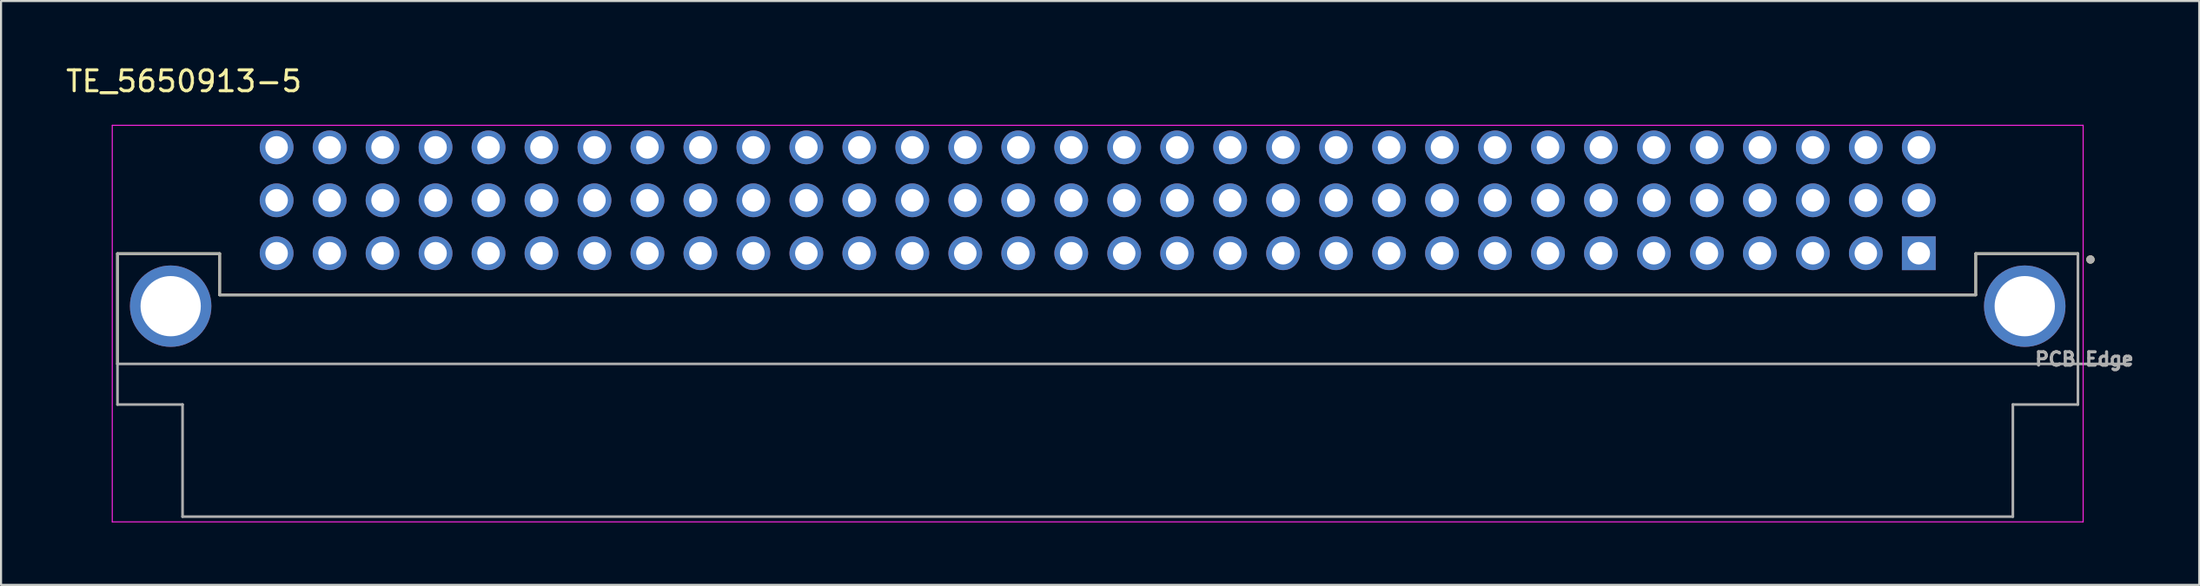
<source format=kicad_pcb>
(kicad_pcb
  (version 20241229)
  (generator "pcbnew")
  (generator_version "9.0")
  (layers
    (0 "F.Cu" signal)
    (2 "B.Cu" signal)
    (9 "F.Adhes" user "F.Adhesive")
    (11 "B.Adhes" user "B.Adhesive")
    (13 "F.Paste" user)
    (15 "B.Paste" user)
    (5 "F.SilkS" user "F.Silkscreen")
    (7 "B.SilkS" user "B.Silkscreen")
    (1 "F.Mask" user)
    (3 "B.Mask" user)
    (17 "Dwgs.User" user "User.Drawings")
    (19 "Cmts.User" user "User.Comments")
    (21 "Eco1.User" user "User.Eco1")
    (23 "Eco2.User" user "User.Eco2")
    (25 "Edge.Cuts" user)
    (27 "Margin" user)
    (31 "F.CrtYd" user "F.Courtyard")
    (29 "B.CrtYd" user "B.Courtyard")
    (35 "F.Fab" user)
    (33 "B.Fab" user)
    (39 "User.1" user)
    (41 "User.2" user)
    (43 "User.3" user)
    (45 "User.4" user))
  (footprint "TE_5650913-5"
    (layer "F.Cu")
    (at 49.583 11.643)
    (property "Reference" "TE_5650913-5" (at -43.815 -10.795 0) (layer "F.SilkS") (effects (font (size 1 1) (thickness 0.15))))
    (attr through_hole)
    (fp_line (start -47 -2.52) (end -42.1 -2.52) (stroke (width 0.127) (type solid)) (layer "F.SilkS"))
    (fp_line (start -47 2.77) (end -47 -2.52) (stroke (width 0.127) (type solid)) (layer "F.SilkS"))
    (fp_line (start -42.1 -2.52) (end -42.1 -0.54) (stroke (width 0.127) (type solid)) (layer "F.SilkS"))
    (fp_line (start -42.1 -0.54) (end 42.1 -0.54) (stroke (width 0.127) (type solid)) (layer "F.SilkS"))
    (fp_line (start 42.1 -2.52) (end 47 -2.52) (stroke (width 0.127) (type solid)) (layer "F.SilkS"))
    (fp_line (start 42.1 -0.54) (end 42.1 -2.52) (stroke (width 0.127) (type solid)) (layer "F.SilkS"))
    (fp_line (start 47 -2.52) (end 47 2.77) (stroke (width 0.127) (type solid)) (layer "F.SilkS"))
    (fp_circle (center 47.6 -2.24) (end 47.7 -2.24) (stroke (width 0.2) (type solid)) (fill no) (layer "F.SilkS"))
    (fp_line (start -47.25 -8.68) (end 47.25 -8.68) (stroke (width 0.05) (type solid)) (layer "F.CrtYd"))
    (fp_line (start -47.25 10.35) (end -47.25 -8.68) (stroke (width 0.05) (type solid)) (layer "F.CrtYd"))
    (fp_line (start 47.25 -8.68) (end 47.25 10.35) (stroke (width 0.05) (type solid)) (layer "F.CrtYd"))
    (fp_line (start 47.25 10.35) (end -47.25 10.35) (stroke (width 0.05) (type solid)) (layer "F.CrtYd"))
    (fp_line (start -47 -2.52) (end -42.1 -2.52) (stroke (width 0.127) (type solid)) (layer "F.Fab"))
    (fp_line (start -47 2.77) (end -47 -2.52) (stroke (width 0.127) (type solid)) (layer "F.Fab"))
    (fp_line (start -47 2.77) (end 49.53 2.77) (stroke (width 0.127) (type solid)) (layer "F.Fab"))
    (fp_line (start -47 4.72) (end -47 2.77) (stroke (width 0.127) (type solid)) (layer "F.Fab"))
    (fp_line (start -43.88 4.72) (end -47 4.72) (stroke (width 0.127) (type solid)) (layer "F.Fab"))
    (fp_line (start -43.88 10.1) (end -43.88 4.72) (stroke (width 0.127) (type solid)) (layer "F.Fab"))
    (fp_line (start -43.88 10.1) (end 43.88 10.1) (stroke (width 0.127) (type solid)) (layer "F.Fab"))
    (fp_line (start -42.1 -2.52) (end -42.1 -0.54) (stroke (width 0.127) (type solid)) (layer "F.Fab"))
    (fp_line (start -42.1 -0.54) (end 42.1 -0.54) (stroke (width 0.127) (type solid)) (layer "F.Fab"))
    (fp_line (start 42.1 -2.52) (end 47 -2.52) (stroke (width 0.127) (type solid)) (layer "F.Fab"))
    (fp_line (start 42.1 -0.54) (end 42.1 -2.52) (stroke (width 0.127) (type solid)) (layer "F.Fab"))
    (fp_line (start 43.88 4.72) (end 43.88 10.1) (stroke (width 0.127) (type solid)) (layer "F.Fab"))
    (fp_line (start 47 -2.52) (end 47 4.72) (stroke (width 0.127) (type solid)) (layer "F.Fab"))
    (fp_line (start 47 4.72) (end 43.88 4.72) (stroke (width 0.127) (type solid)) (layer "F.Fab"))
    (fp_circle (center 47.6 -2.24) (end 47.7 -2.24) (stroke (width 0.2) (type solid)) (fill no) (layer "F.Fab"))
    (fp_text user "PCB Edge" (at 47.307 2.54 0) (layer "F.Fab") (effects (font (size 0.64 0.64) (thickness 0.15))))
    (pad "A1" thru_hole rect (at 39.37 -2.54) (size 1.62 1.62) (drill 1.08) (layers "*.Cu" "*.Mask"))
    (pad "A2" thru_hole circle (at 36.83 -2.54) (size 1.62 1.62) (drill 1.08) (layers "*.Cu" "*.Mask"))
    (pad "A3" thru_hole circle (at 34.29 -2.54) (size 1.62 1.62) (drill 1.08) (layers "*.Cu" "*.Mask"))
    (pad "A4" thru_hole circle (at 31.75 -2.54) (size 1.62 1.62) (drill 1.08) (layers "*.Cu" "*.Mask"))
    (pad "A5" thru_hole circle (at 29.21 -2.54) (size 1.62 1.62) (drill 1.08) (layers "*.Cu" "*.Mask"))
    (pad "A6" thru_hole circle (at 26.67 -2.54) (size 1.62 1.62) (drill 1.08) (layers "*.Cu" "*.Mask"))
    (pad "A7" thru_hole circle (at 24.13 -2.54) (size 1.62 1.62) (drill 1.08) (layers "*.Cu" "*.Mask"))
    (pad "A8" thru_hole circle (at 21.59 -2.54) (size 1.62 1.62) (drill 1.08) (layers "*.Cu" "*.Mask"))
    (pad "A9" thru_hole circle (at 19.05 -2.54) (size 1.62 1.62) (drill 1.08) (layers "*.Cu" "*.Mask"))
    (pad "A10" thru_hole circle (at 16.51 -2.54) (size 1.62 1.62) (drill 1.08) (layers "*.Cu" "*.Mask"))
    (pad "A11" thru_hole circle (at 13.97 -2.54) (size 1.62 1.62) (drill 1.08) (layers "*.Cu" "*.Mask"))
    (pad "A12" thru_hole circle (at 11.43 -2.54) (size 1.62 1.62) (drill 1.08) (layers "*.Cu" "*.Mask"))
    (pad "A13" thru_hole circle (at 8.89 -2.54) (size 1.62 1.62) (drill 1.08) (layers "*.Cu" "*.Mask"))
    (pad "A14" thru_hole circle (at 6.35 -2.54) (size 1.62 1.62) (drill 1.08) (layers "*.Cu" "*.Mask"))
    (pad "A15" thru_hole circle (at 3.81 -2.54) (size 1.62 1.62) (drill 1.08) (layers "*.Cu" "*.Mask"))
    (pad "A16" thru_hole circle (at 1.27 -2.54) (size 1.62 1.62) (drill 1.08) (layers "*.Cu" "*.Mask"))
    (pad "A17" thru_hole circle (at -1.27 -2.54) (size 1.62 1.62) (drill 1.08) (layers "*.Cu" "*.Mask"))
    (pad "A18" thru_hole circle (at -3.81 -2.54) (size 1.62 1.62) (drill 1.08) (layers "*.Cu" "*.Mask"))
    (pad "A19" thru_hole circle (at -6.35 -2.54) (size 1.62 1.62) (drill 1.08) (layers "*.Cu" "*.Mask"))
    (pad "A20" thru_hole circle (at -8.89 -2.54) (size 1.62 1.62) (drill 1.08) (layers "*.Cu" "*.Mask"))
    (pad "A21" thru_hole circle (at -11.43 -2.54) (size 1.62 1.62) (drill 1.08) (layers "*.Cu" "*.Mask"))
    (pad "A22" thru_hole circle (at -13.97 -2.54) (size 1.62 1.62) (drill 1.08) (layers "*.Cu" "*.Mask"))
    (pad "A23" thru_hole circle (at -16.51 -2.54) (size 1.62 1.62) (drill 1.08) (layers "*.Cu" "*.Mask"))
    (pad "A24" thru_hole circle (at -19.05 -2.54) (size 1.62 1.62) (drill 1.08) (layers "*.Cu" "*.Mask"))
    (pad "A25" thru_hole circle (at -21.59 -2.54) (size 1.62 1.62) (drill 1.08) (layers "*.Cu" "*.Mask"))
    (pad "A26" thru_hole circle (at -24.13 -2.54) (size 1.62 1.62) (drill 1.08) (layers "*.Cu" "*.Mask"))
    (pad "A27" thru_hole circle (at -26.67 -2.54) (size 1.62 1.62) (drill 1.08) (layers "*.Cu" "*.Mask"))
    (pad "A28" thru_hole circle (at -29.21 -2.54) (size 1.62 1.62) (drill 1.08) (layers "*.Cu" "*.Mask"))
    (pad "A29" thru_hole circle (at -31.75 -2.54) (size 1.62 1.62) (drill 1.08) (layers "*.Cu" "*.Mask"))
    (pad "A30" thru_hole circle (at -34.29 -2.54) (size 1.62 1.62) (drill 1.08) (layers "*.Cu" "*.Mask"))
    (pad "A31" thru_hole circle (at -36.83 -2.54) (size 1.62 1.62) (drill 1.08) (layers "*.Cu" "*.Mask"))
    (pad "A32" thru_hole circle (at -39.37 -2.54) (size 1.62 1.62) (drill 1.08) (layers "*.Cu" "*.Mask"))
    (pad "B1" thru_hole circle (at 39.37 -5.08) (size 1.62 1.62) (drill 1.08) (layers "*.Cu" "*.Mask"))
    (pad "B2" thru_hole circle (at 36.83 -5.08) (size 1.62 1.62) (drill 1.08) (layers "*.Cu" "*.Mask"))
    (pad "B3" thru_hole circle (at 34.29 -5.08) (size 1.62 1.62) (drill 1.08) (layers "*.Cu" "*.Mask"))
    (pad "B4" thru_hole circle (at 31.75 -5.08) (size 1.62 1.62) (drill 1.08) (layers "*.Cu" "*.Mask"))
    (pad "B5" thru_hole circle (at 29.21 -5.08) (size 1.62 1.62) (drill 1.08) (layers "*.Cu" "*.Mask"))
    (pad "B6" thru_hole circle (at 26.67 -5.08) (size 1.62 1.62) (drill 1.08) (layers "*.Cu" "*.Mask"))
    (pad "B7" thru_hole circle (at 24.13 -5.08) (size 1.62 1.62) (drill 1.08) (layers "*.Cu" "*.Mask"))
    (pad "B8" thru_hole circle (at 21.59 -5.08) (size 1.62 1.62) (drill 1.08) (layers "*.Cu" "*.Mask"))
    (pad "B9" thru_hole circle (at 19.05 -5.08) (size 1.62 1.62) (drill 1.08) (layers "*.Cu" "*.Mask"))
    (pad "B10" thru_hole circle (at 16.51 -5.08) (size 1.62 1.62) (drill 1.08) (layers "*.Cu" "*.Mask"))
    (pad "B11" thru_hole circle (at 13.97 -5.08) (size 1.62 1.62) (drill 1.08) (layers "*.Cu" "*.Mask"))
    (pad "B12" thru_hole circle (at 11.43 -5.08) (size 1.62 1.62) (drill 1.08) (layers "*.Cu" "*.Mask"))
    (pad "B13" thru_hole circle (at 8.89 -5.08) (size 1.62 1.62) (drill 1.08) (layers "*.Cu" "*.Mask"))
    (pad "B14" thru_hole circle (at 6.35 -5.08) (size 1.62 1.62) (drill 1.08) (layers "*.Cu" "*.Mask"))
    (pad "B15" thru_hole circle (at 3.81 -5.08) (size 1.62 1.62) (drill 1.08) (layers "*.Cu" "*.Mask"))
    (pad "B16" thru_hole circle (at 1.27 -5.08) (size 1.62 1.62) (drill 1.08) (layers "*.Cu" "*.Mask"))
    (pad "B17" thru_hole circle (at -1.27 -5.08) (size 1.62 1.62) (drill 1.08) (layers "*.Cu" "*.Mask"))
    (pad "B18" thru_hole circle (at -3.81 -5.08) (size 1.62 1.62) (drill 1.08) (layers "*.Cu" "*.Mask"))
    (pad "B19" thru_hole circle (at -6.35 -5.08) (size 1.62 1.62) (drill 1.08) (layers "*.Cu" "*.Mask"))
    (pad "B20" thru_hole circle (at -8.89 -5.08) (size 1.62 1.62) (drill 1.08) (layers "*.Cu" "*.Mask"))
    (pad "B21" thru_hole circle (at -11.43 -5.08) (size 1.62 1.62) (drill 1.08) (layers "*.Cu" "*.Mask"))
    (pad "B22" thru_hole circle (at -13.97 -5.08) (size 1.62 1.62) (drill 1.08) (layers "*.Cu" "*.Mask"))
    (pad "B23" thru_hole circle (at -16.51 -5.08) (size 1.62 1.62) (drill 1.08) (layers "*.Cu" "*.Mask"))
    (pad "B24" thru_hole circle (at -19.05 -5.08) (size 1.62 1.62) (drill 1.08) (layers "*.Cu" "*.Mask"))
    (pad "B25" thru_hole circle (at -21.59 -5.08) (size 1.62 1.62) (drill 1.08) (layers "*.Cu" "*.Mask"))
    (pad "B26" thru_hole circle (at -24.13 -5.08) (size 1.62 1.62) (drill 1.08) (layers "*.Cu" "*.Mask"))
    (pad "B27" thru_hole circle (at -26.67 -5.08) (size 1.62 1.62) (drill 1.08) (layers "*.Cu" "*.Mask"))
    (pad "B28" thru_hole circle (at -29.21 -5.08) (size 1.62 1.62) (drill 1.08) (layers "*.Cu" "*.Mask"))
    (pad "B29" thru_hole circle (at -31.75 -5.08) (size 1.62 1.62) (drill 1.08) (layers "*.Cu" "*.Mask"))
    (pad "B30" thru_hole circle (at -34.29 -5.08) (size 1.62 1.62) (drill 1.08) (layers "*.Cu" "*.Mask"))
    (pad "B31" thru_hole circle (at -36.83 -5.08) (size 1.62 1.62) (drill 1.08) (layers "*.Cu" "*.Mask"))
    (pad "B32" thru_hole circle (at -39.37 -5.08) (size 1.62 1.62) (drill 1.08) (layers "*.Cu" "*.Mask"))
    (pad "C1" thru_hole circle (at 39.37 -7.62) (size 1.62 1.62) (drill 1.08) (layers "*.Cu" "*.Mask"))
    (pad "C2" thru_hole circle (at 36.83 -7.62) (size 1.62 1.62) (drill 1.08) (layers "*.Cu" "*.Mask"))
    (pad "C3" thru_hole circle (at 34.29 -7.62) (size 1.62 1.62) (drill 1.08) (layers "*.Cu" "*.Mask"))
    (pad "C4" thru_hole circle (at 31.75 -7.62) (size 1.62 1.62) (drill 1.08) (layers "*.Cu" "*.Mask"))
    (pad "C5" thru_hole circle (at 29.21 -7.62) (size 1.62 1.62) (drill 1.08) (layers "*.Cu" "*.Mask"))
    (pad "C6" thru_hole circle (at 26.67 -7.62) (size 1.62 1.62) (drill 1.08) (layers "*.Cu" "*.Mask"))
    (pad "C7" thru_hole circle (at 24.13 -7.62) (size 1.62 1.62) (drill 1.08) (layers "*.Cu" "*.Mask"))
    (pad "C8" thru_hole circle (at 21.59 -7.62) (size 1.62 1.62) (drill 1.08) (layers "*.Cu" "*.Mask"))
    (pad "C9" thru_hole circle (at 19.05 -7.62) (size 1.62 1.62) (drill 1.08) (layers "*.Cu" "*.Mask"))
    (pad "C10" thru_hole circle (at 16.51 -7.62) (size 1.62 1.62) (drill 1.08) (layers "*.Cu" "*.Mask"))
    (pad "C11" thru_hole circle (at 13.97 -7.62) (size 1.62 1.62) (drill 1.08) (layers "*.Cu" "*.Mask"))
    (pad "C12" thru_hole circle (at 11.43 -7.62) (size 1.62 1.62) (drill 1.08) (layers "*.Cu" "*.Mask"))
    (pad "C13" thru_hole circle (at 8.89 -7.62) (size 1.62 1.62) (drill 1.08) (layers "*.Cu" "*.Mask"))
    (pad "C14" thru_hole circle (at 6.35 -7.62) (size 1.62 1.62) (drill 1.08) (layers "*.Cu" "*.Mask"))
    (pad "C15" thru_hole circle (at 3.81 -7.62) (size 1.62 1.62) (drill 1.08) (layers "*.Cu" "*.Mask"))
    (pad "C16" thru_hole circle (at 1.27 -7.62) (size 1.62 1.62) (drill 1.08) (layers "*.Cu" "*.Mask"))
    (pad "C17" thru_hole circle (at -1.27 -7.62) (size 1.62 1.62) (drill 1.08) (layers "*.Cu" "*.Mask"))
    (pad "C18" thru_hole circle (at -3.81 -7.62) (size 1.62 1.62) (drill 1.08) (layers "*.Cu" "*.Mask"))
    (pad "C19" thru_hole circle (at -6.35 -7.62) (size 1.62 1.62) (drill 1.08) (layers "*.Cu" "*.Mask"))
    (pad "C20" thru_hole circle (at -8.89 -7.62) (size 1.62 1.62) (drill 1.08) (layers "*.Cu" "*.Mask"))
    (pad "C21" thru_hole circle (at -11.43 -7.62) (size 1.62 1.62) (drill 1.08) (layers "*.Cu" "*.Mask"))
    (pad "C22" thru_hole circle (at -13.97 -7.62) (size 1.62 1.62) (drill 1.08) (layers "*.Cu" "*.Mask"))
    (pad "C23" thru_hole circle (at -16.51 -7.62) (size 1.62 1.62) (drill 1.08) (layers "*.Cu" "*.Mask"))
    (pad "C24" thru_hole circle (at -19.05 -7.62) (size 1.62 1.62) (drill 1.08) (layers "*.Cu" "*.Mask"))
    (pad "C25" thru_hole circle (at -21.59 -7.62) (size 1.62 1.62) (drill 1.08) (layers "*.Cu" "*.Mask"))
    (pad "C26" thru_hole circle (at -24.13 -7.62) (size 1.62 1.62) (drill 1.08) (layers "*.Cu" "*.Mask"))
    (pad "C27" thru_hole circle (at -26.67 -7.62) (size 1.62 1.62) (drill 1.08) (layers "*.Cu" "*.Mask"))
    (pad "C28" thru_hole circle (at -29.21 -7.62) (size 1.62 1.62) (drill 1.08) (layers "*.Cu" "*.Mask"))
    (pad "C29" thru_hole circle (at -31.75 -7.62) (size 1.62 1.62) (drill 1.08) (layers "*.Cu" "*.Mask"))
    (pad "C30" thru_hole circle (at -34.29 -7.62) (size 1.62 1.62) (drill 1.08) (layers "*.Cu" "*.Mask"))
    (pad "C31" thru_hole circle (at -36.83 -7.62) (size 1.62 1.62) (drill 1.08) (layers "*.Cu" "*.Mask"))
    (pad "C32" thru_hole circle (at -39.37 -7.62) (size 1.62 1.62) (drill 1.08) (layers "*.Cu" "*.Mask"))
    (pad "SH1" thru_hole circle (at -44.45 0) (size 3.906 3.906) (drill 2.89) (layers "*.Cu" "*.Mask"))
    (pad "SH2" thru_hole circle (at 44.45 0) (size 3.906 3.906) (drill 2.89) (layers "*.Cu" "*.Mask")))
  (gr_rect
    (start -3 -3)
    (end 102.398 25.018)
    (stroke (width 0.1) (type default))
    (fill no)
    (layer "Edge.Cuts")))
</source>
